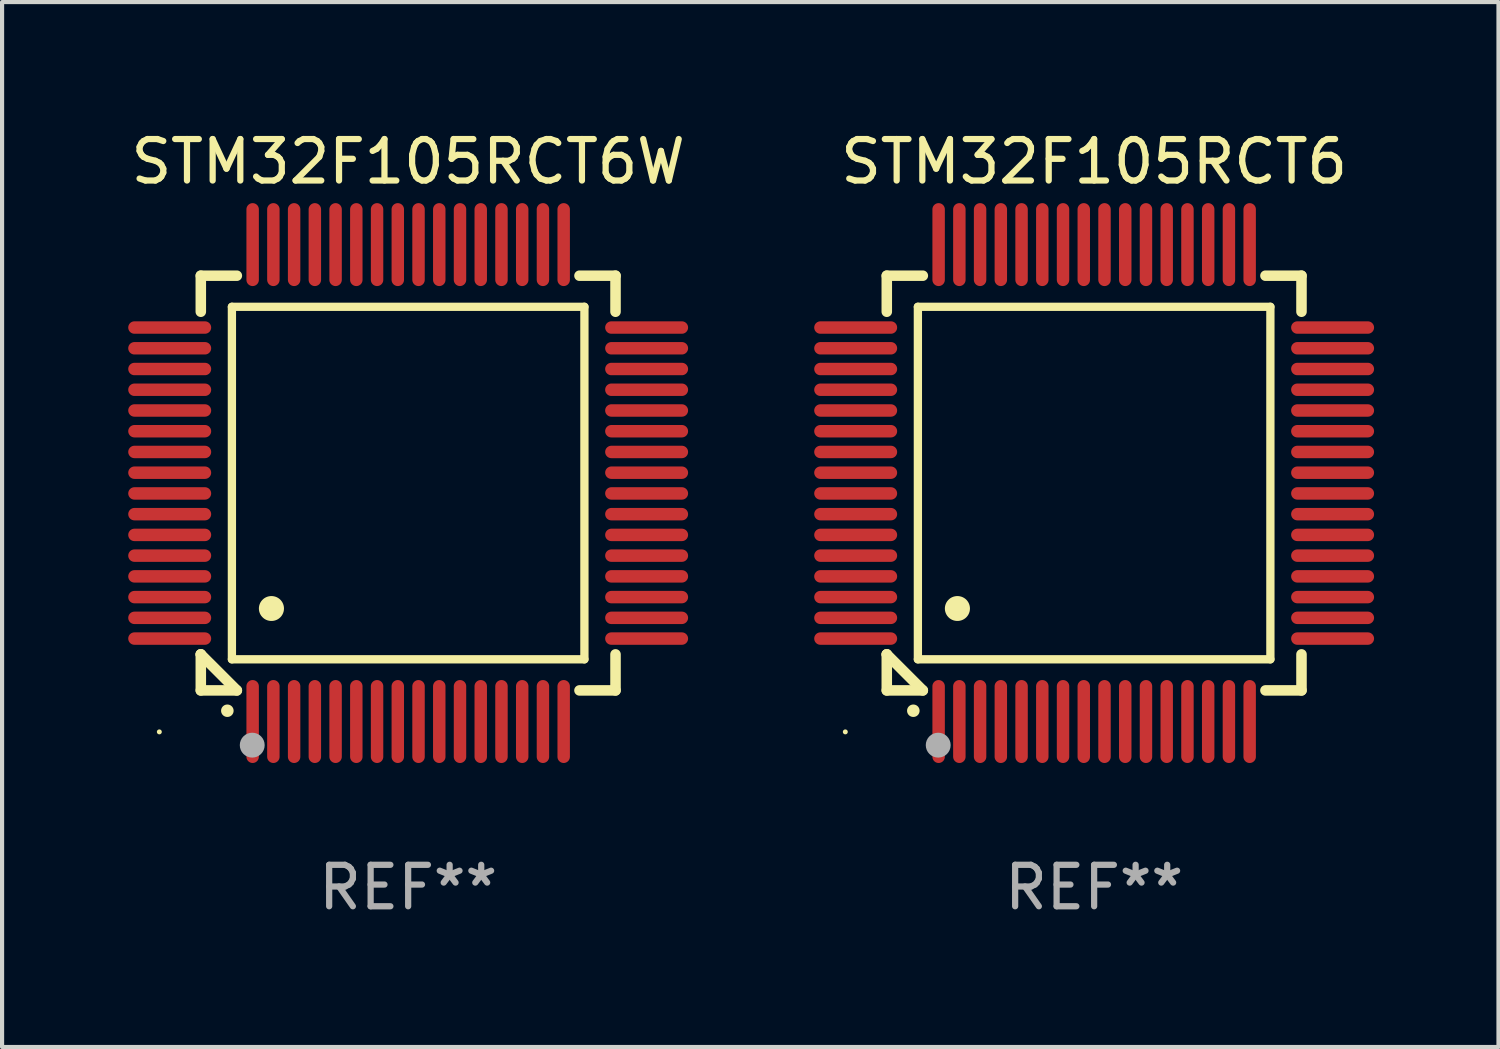
<source format=kicad_pcb>
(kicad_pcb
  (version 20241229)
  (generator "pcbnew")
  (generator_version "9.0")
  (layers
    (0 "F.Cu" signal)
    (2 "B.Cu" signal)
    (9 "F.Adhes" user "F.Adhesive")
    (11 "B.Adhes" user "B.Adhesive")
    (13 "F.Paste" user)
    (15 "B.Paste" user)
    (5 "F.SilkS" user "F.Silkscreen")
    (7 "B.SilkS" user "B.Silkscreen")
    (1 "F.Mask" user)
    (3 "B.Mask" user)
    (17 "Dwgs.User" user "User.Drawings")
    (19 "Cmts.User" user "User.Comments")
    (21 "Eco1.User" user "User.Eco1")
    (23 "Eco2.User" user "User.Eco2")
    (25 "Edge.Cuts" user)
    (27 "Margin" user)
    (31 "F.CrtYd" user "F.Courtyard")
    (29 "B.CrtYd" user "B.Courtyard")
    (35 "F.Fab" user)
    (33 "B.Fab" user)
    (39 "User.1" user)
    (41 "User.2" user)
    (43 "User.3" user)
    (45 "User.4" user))
  (footprint "STM32F105RCT6W"
    (layer "F.Cu")
    (at 6.792 8.598)
    (property "Reference" "STM32F105RCT6W" (at 0 -7.75 0) (layer "F.SilkS") (effects (font (size 1 1) (thickness 0.15))))
    (attr through_hole)
    (fp_line (start -5 -5) (end -4.131 -5) (stroke (width 0.254) (type solid)) (layer "F.SilkS"))
    (fp_line (start -5 -4.131) (end -5 -5) (stroke (width 0.254) (type solid)) (layer "F.SilkS"))
    (fp_line (start -5 4.131) (end -5 4.131) (stroke (width 0.254) (type solid)) (layer "F.SilkS"))
    (fp_line (start -5 5) (end -5 4.131) (stroke (width 0.254) (type solid)) (layer "F.SilkS"))
    (fp_line (start -5 4.131) (end -4.131 5) (stroke (width 0.254) (type solid)) (layer "F.SilkS"))
    (fp_line (start -4.25 -4.25) (end -4.25 4.25) (stroke (width 0.2) (type solid)) (layer "F.SilkS"))
    (fp_line (start -4.25 4.25) (end 4.25 4.25) (stroke (width 0.2) (type solid)) (layer "F.SilkS"))
    (fp_line (start -4.131 5) (end -5 5) (stroke (width 0.254) (type solid)) (layer "F.SilkS"))
    (fp_line (start 4.25 -4.25) (end -4.25 -4.25) (stroke (width 0.2) (type solid)) (layer "F.SilkS"))
    (fp_line (start 4.25 4.25) (end 4.25 -4.25) (stroke (width 0.2) (type solid)) (layer "F.SilkS"))
    (fp_line (start 5 -5) (end 4.131 -5) (stroke (width 0.254) (type solid)) (layer "F.SilkS"))
    (fp_line (start 5 -5) (end 5 -4.131) (stroke (width 0.254) (type solid)) (layer "F.SilkS"))
    (fp_line (start 5 4.131) (end 5 5) (stroke (width 0.254) (type solid)) (layer "F.SilkS"))
    (fp_line (start 5 5) (end 4.131 5) (stroke (width 0.254) (type solid)) (layer "F.SilkS"))
    (fp_arc (start -4.361265 5.489992) (mid -4.359995 5.489987) (end -4.358725 5.489992) (stroke (width 0.3) (type solid)) (layer "F.SilkS"))
    (fp_arc (start -3.299467 3.025146) (mid -3.296927 3.025135) (end -3.294387 3.025146) (stroke (width 0.6) (type solid)) (layer "F.SilkS"))
    (fp_circle (center -6 6) (end -5.97 6) (stroke (width 0.06) (type solid)) (fill no) (layer "F.SilkS"))
    (fp_circle (center -3.76 6.32) (end -3.61 6.32) (stroke (width 0.3) (type solid)) (fill no) (layer "F.Fab"))
    (fp_text user "REF**" (at 0 9.75 0) (layer "F.Fab") (effects (font (size 1 1) (thickness 0.15))))
    (pad "1" smd oval (at -3.75 5.75) (size 0.3 2) (layers "F.Cu" "F.Mask" "F.Paste"))
    (pad "2" smd oval (at -3.25 5.75) (size 0.3 2) (layers "F.Cu" "F.Mask" "F.Paste"))
    (pad "3" smd oval (at -2.75 5.75) (size 0.3 2) (layers "F.Cu" "F.Mask" "F.Paste"))
    (pad "4" smd oval (at -2.25 5.75) (size 0.3 2) (layers "F.Cu" "F.Mask" "F.Paste"))
    (pad "5" smd oval (at -1.75 5.75) (size 0.3 2) (layers "F.Cu" "F.Mask" "F.Paste"))
    (pad "6" smd oval (at -1.25 5.75) (size 0.3 2) (layers "F.Cu" "F.Mask" "F.Paste"))
    (pad "7" smd oval (at -0.75 5.75) (size 0.3 2) (layers "F.Cu" "F.Mask" "F.Paste"))
    (pad "8" smd oval (at -0.25 5.75) (size 0.3 2) (layers "F.Cu" "F.Mask" "F.Paste"))
    (pad "9" smd oval (at 0.25 5.75) (size 0.3 2) (layers "F.Cu" "F.Mask" "F.Paste"))
    (pad "10" smd oval (at 0.75 5.75) (size 0.3 2) (layers "F.Cu" "F.Mask" "F.Paste"))
    (pad "11" smd oval (at 1.25 5.75) (size 0.3 2) (layers "F.Cu" "F.Mask" "F.Paste"))
    (pad "12" smd oval (at 1.75 5.75) (size 0.3 2) (layers "F.Cu" "F.Mask" "F.Paste"))
    (pad "13" smd oval (at 2.25 5.75) (size 0.3 2) (layers "F.Cu" "F.Mask" "F.Paste"))
    (pad "14" smd oval (at 2.75 5.75) (size 0.3 2) (layers "F.Cu" "F.Mask" "F.Paste"))
    (pad "15" smd oval (at 3.25 5.75) (size 0.3 2) (layers "F.Cu" "F.Mask" "F.Paste"))
    (pad "16" smd oval (at 3.75 5.75) (size 0.3 2) (layers "F.Cu" "F.Mask" "F.Paste"))
    (pad "17" smd oval (at 5.75 3.75) (size 2 0.3) (layers "F.Cu" "F.Mask" "F.Paste"))
    (pad "18" smd oval (at 5.75 3.25) (size 2 0.3) (layers "F.Cu" "F.Mask" "F.Paste"))
    (pad "19" smd oval (at 5.75 2.75) (size 2 0.3) (layers "F.Cu" "F.Mask" "F.Paste"))
    (pad "20" smd oval (at 5.75 2.25) (size 2 0.3) (layers "F.Cu" "F.Mask" "F.Paste"))
    (pad "21" smd oval (at 5.75 1.75) (size 2 0.3) (layers "F.Cu" "F.Mask" "F.Paste"))
    (pad "22" smd oval (at 5.75 1.25) (size 2 0.3) (layers "F.Cu" "F.Mask" "F.Paste"))
    (pad "23" smd oval (at 5.75 0.75) (size 2 0.3) (layers "F.Cu" "F.Mask" "F.Paste"))
    (pad "24" smd oval (at 5.75 0.25) (size 2 0.3) (layers "F.Cu" "F.Mask" "F.Paste"))
    (pad "25" smd oval (at 5.75 -0.25) (size 2 0.3) (layers "F.Cu" "F.Mask" "F.Paste"))
    (pad "26" smd oval (at 5.75 -0.75) (size 2 0.3) (layers "F.Cu" "F.Mask" "F.Paste"))
    (pad "27" smd oval (at 5.75 -1.25) (size 2 0.3) (layers "F.Cu" "F.Mask" "F.Paste"))
    (pad "28" smd oval (at 5.75 -1.75) (size 2 0.3) (layers "F.Cu" "F.Mask" "F.Paste"))
    (pad "29" smd oval (at 5.75 -2.25) (size 2 0.3) (layers "F.Cu" "F.Mask" "F.Paste"))
    (pad "30" smd oval (at 5.75 -2.75) (size 2 0.3) (layers "F.Cu" "F.Mask" "F.Paste"))
    (pad "31" smd oval (at 5.75 -3.25) (size 2 0.3) (layers "F.Cu" "F.Mask" "F.Paste"))
    (pad "32" smd oval (at 5.75 -3.75) (size 2 0.3) (layers "F.Cu" "F.Mask" "F.Paste"))
    (pad "33" smd oval (at 3.75 -5.75) (size 0.3 2) (layers "F.Cu" "F.Mask" "F.Paste"))
    (pad "34" smd oval (at 3.25 -5.75) (size 0.3 2) (layers "F.Cu" "F.Mask" "F.Paste"))
    (pad "35" smd oval (at 2.75 -5.75) (size 0.3 2) (layers "F.Cu" "F.Mask" "F.Paste"))
    (pad "36" smd oval (at 2.25 -5.75) (size 0.3 2) (layers "F.Cu" "F.Mask" "F.Paste"))
    (pad "37" smd oval (at 1.75 -5.75) (size 0.3 2) (layers "F.Cu" "F.Mask" "F.Paste"))
    (pad "38" smd oval (at 1.25 -5.75) (size 0.3 2) (layers "F.Cu" "F.Mask" "F.Paste"))
    (pad "39" smd oval (at 0.75 -5.75) (size 0.3 2) (layers "F.Cu" "F.Mask" "F.Paste"))
    (pad "40" smd oval (at 0.25 -5.75) (size 0.3 2) (layers "F.Cu" "F.Mask" "F.Paste"))
    (pad "41" smd oval (at -0.25 -5.75) (size 0.3 2) (layers "F.Cu" "F.Mask" "F.Paste"))
    (pad "42" smd oval (at -0.75 -5.75) (size 0.3 2) (layers "F.Cu" "F.Mask" "F.Paste"))
    (pad "43" smd oval (at -1.25 -5.75) (size 0.3 2) (layers "F.Cu" "F.Mask" "F.Paste"))
    (pad "44" smd oval (at -1.75 -5.75) (size 0.3 2) (layers "F.Cu" "F.Mask" "F.Paste"))
    (pad "45" smd oval (at -2.25 -5.75) (size 0.3 2) (layers "F.Cu" "F.Mask" "F.Paste"))
    (pad "46" smd oval (at -2.75 -5.75) (size 0.3 2) (layers "F.Cu" "F.Mask" "F.Paste"))
    (pad "47" smd oval (at -3.25 -5.75) (size 0.3 2) (layers "F.Cu" "F.Mask" "F.Paste"))
    (pad "48" smd oval (at -3.75 -5.75) (size 0.3 2) (layers "F.Cu" "F.Mask" "F.Paste"))
    (pad "49" smd oval (at -5.75 -3.75) (size 2 0.3) (layers "F.Cu" "F.Mask" "F.Paste"))
    (pad "50" smd oval (at -5.75 -3.25) (size 2 0.3) (layers "F.Cu" "F.Mask" "F.Paste"))
    (pad "51" smd oval (at -5.75 -2.75) (size 2 0.3) (layers "F.Cu" "F.Mask" "F.Paste"))
    (pad "52" smd oval (at -5.75 -2.25) (size 2 0.3) (layers "F.Cu" "F.Mask" "F.Paste"))
    (pad "53" smd oval (at -5.75 -1.75) (size 2 0.3) (layers "F.Cu" "F.Mask" "F.Paste"))
    (pad "54" smd oval (at -5.75 -1.25) (size 2 0.3) (layers "F.Cu" "F.Mask" "F.Paste"))
    (pad "55" smd oval (at -5.75 -0.75) (size 2 0.3) (layers "F.Cu" "F.Mask" "F.Paste"))
    (pad "56" smd oval (at -5.75 -0.25) (size 2 0.3) (layers "F.Cu" "F.Mask" "F.Paste"))
    (pad "57" smd oval (at -5.75 0.25) (size 2 0.3) (layers "F.Cu" "F.Mask" "F.Paste"))
    (pad "58" smd oval (at -5.75 0.75) (size 2 0.3) (layers "F.Cu" "F.Mask" "F.Paste"))
    (pad "59" smd oval (at -5.75 1.25) (size 2 0.3) (layers "F.Cu" "F.Mask" "F.Paste"))
    (pad "60" smd oval (at -5.75 1.75) (size 2 0.3) (layers "F.Cu" "F.Mask" "F.Paste"))
    (pad "61" smd oval (at -5.75 2.25) (size 2 0.3) (layers "F.Cu" "F.Mask" "F.Paste"))
    (pad "62" smd oval (at -5.75 2.75) (size 2 0.3) (layers "F.Cu" "F.Mask" "F.Paste"))
    (pad "63" smd oval (at -5.75 3.25) (size 2 0.3) (layers "F.Cu" "F.Mask" "F.Paste"))
    (pad "64" smd oval (at -5.75 3.75) (size 2 0.3) (layers "F.Cu" "F.Mask" "F.Paste")))
  (footprint "STM32F105RCT6"
    (layer "F.Cu")
    (at 23.333 8.598)
    (property "Reference" "STM32F105RCT6" (at 0 -7.75 0) (layer "F.SilkS") (effects (font (size 1 1) (thickness 0.15))))
    (attr through_hole)
    (fp_line (start -5 -5) (end -4.131 -5) (stroke (width 0.254) (type solid)) (layer "F.SilkS"))
    (fp_line (start -5 -4.131) (end -5 -5) (stroke (width 0.254) (type solid)) (layer "F.SilkS"))
    (fp_line (start -5 4.131) (end -5 4.131) (stroke (width 0.254) (type solid)) (layer "F.SilkS"))
    (fp_line (start -5 5) (end -5 4.131) (stroke (width 0.254) (type solid)) (layer "F.SilkS"))
    (fp_line (start -5 4.131) (end -4.131 5) (stroke (width 0.254) (type solid)) (layer "F.SilkS"))
    (fp_line (start -4.25 -4.25) (end -4.25 4.25) (stroke (width 0.2) (type solid)) (layer "F.SilkS"))
    (fp_line (start -4.25 4.25) (end 4.25 4.25) (stroke (width 0.2) (type solid)) (layer "F.SilkS"))
    (fp_line (start -4.131 5) (end -5 5) (stroke (width 0.254) (type solid)) (layer "F.SilkS"))
    (fp_line (start 4.25 -4.25) (end -4.25 -4.25) (stroke (width 0.2) (type solid)) (layer "F.SilkS"))
    (fp_line (start 4.25 4.25) (end 4.25 -4.25) (stroke (width 0.2) (type solid)) (layer "F.SilkS"))
    (fp_line (start 5 -5) (end 4.131 -5) (stroke (width 0.254) (type solid)) (layer "F.SilkS"))
    (fp_line (start 5 -5) (end 5 -4.131) (stroke (width 0.254) (type solid)) (layer "F.SilkS"))
    (fp_line (start 5 4.131) (end 5 5) (stroke (width 0.254) (type solid)) (layer "F.SilkS"))
    (fp_line (start 5 5) (end 4.131 5) (stroke (width 0.254) (type solid)) (layer "F.SilkS"))
    (fp_arc (start -4.361265 5.489992) (mid -4.359995 5.489987) (end -4.358725 5.489992) (stroke (width 0.3) (type solid)) (layer "F.SilkS"))
    (fp_arc (start -3.299467 3.025146) (mid -3.296927 3.025135) (end -3.294387 3.025146) (stroke (width 0.6) (type solid)) (layer "F.SilkS"))
    (fp_circle (center -6 6) (end -5.97 6) (stroke (width 0.06) (type solid)) (fill no) (layer "F.SilkS"))
    (fp_circle (center -3.76 6.32) (end -3.61 6.32) (stroke (width 0.3) (type solid)) (fill no) (layer "F.Fab"))
    (fp_text user "REF**" (at 0 9.75 0) (layer "F.Fab") (effects (font (size 1 1) (thickness 0.15))))
    (pad "1" smd oval (at -3.75 5.75) (size 0.3 2) (layers "F.Cu" "F.Mask" "F.Paste"))
    (pad "2" smd oval (at -3.25 5.75) (size 0.3 2) (layers "F.Cu" "F.Mask" "F.Paste"))
    (pad "3" smd oval (at -2.75 5.75) (size 0.3 2) (layers "F.Cu" "F.Mask" "F.Paste"))
    (pad "4" smd oval (at -2.25 5.75) (size 0.3 2) (layers "F.Cu" "F.Mask" "F.Paste"))
    (pad "5" smd oval (at -1.75 5.75) (size 0.3 2) (layers "F.Cu" "F.Mask" "F.Paste"))
    (pad "6" smd oval (at -1.25 5.75) (size 0.3 2) (layers "F.Cu" "F.Mask" "F.Paste"))
    (pad "7" smd oval (at -0.75 5.75) (size 0.3 2) (layers "F.Cu" "F.Mask" "F.Paste"))
    (pad "8" smd oval (at -0.25 5.75) (size 0.3 2) (layers "F.Cu" "F.Mask" "F.Paste"))
    (pad "9" smd oval (at 0.25 5.75) (size 0.3 2) (layers "F.Cu" "F.Mask" "F.Paste"))
    (pad "10" smd oval (at 0.75 5.75) (size 0.3 2) (layers "F.Cu" "F.Mask" "F.Paste"))
    (pad "11" smd oval (at 1.25 5.75) (size 0.3 2) (layers "F.Cu" "F.Mask" "F.Paste"))
    (pad "12" smd oval (at 1.75 5.75) (size 0.3 2) (layers "F.Cu" "F.Mask" "F.Paste"))
    (pad "13" smd oval (at 2.25 5.75) (size 0.3 2) (layers "F.Cu" "F.Mask" "F.Paste"))
    (pad "14" smd oval (at 2.75 5.75) (size 0.3 2) (layers "F.Cu" "F.Mask" "F.Paste"))
    (pad "15" smd oval (at 3.25 5.75) (size 0.3 2) (layers "F.Cu" "F.Mask" "F.Paste"))
    (pad "16" smd oval (at 3.75 5.75) (size 0.3 2) (layers "F.Cu" "F.Mask" "F.Paste"))
    (pad "17" smd oval (at 5.75 3.75) (size 2 0.3) (layers "F.Cu" "F.Mask" "F.Paste"))
    (pad "18" smd oval (at 5.75 3.25) (size 2 0.3) (layers "F.Cu" "F.Mask" "F.Paste"))
    (pad "19" smd oval (at 5.75 2.75) (size 2 0.3) (layers "F.Cu" "F.Mask" "F.Paste"))
    (pad "20" smd oval (at 5.75 2.25) (size 2 0.3) (layers "F.Cu" "F.Mask" "F.Paste"))
    (pad "21" smd oval (at 5.75 1.75) (size 2 0.3) (layers "F.Cu" "F.Mask" "F.Paste"))
    (pad "22" smd oval (at 5.75 1.25) (size 2 0.3) (layers "F.Cu" "F.Mask" "F.Paste"))
    (pad "23" smd oval (at 5.75 0.75) (size 2 0.3) (layers "F.Cu" "F.Mask" "F.Paste"))
    (pad "24" smd oval (at 5.75 0.25) (size 2 0.3) (layers "F.Cu" "F.Mask" "F.Paste"))
    (pad "25" smd oval (at 5.75 -0.25) (size 2 0.3) (layers "F.Cu" "F.Mask" "F.Paste"))
    (pad "26" smd oval (at 5.75 -0.75) (size 2 0.3) (layers "F.Cu" "F.Mask" "F.Paste"))
    (pad "27" smd oval (at 5.75 -1.25) (size 2 0.3) (layers "F.Cu" "F.Mask" "F.Paste"))
    (pad "28" smd oval (at 5.75 -1.75) (size 2 0.3) (layers "F.Cu" "F.Mask" "F.Paste"))
    (pad "29" smd oval (at 5.75 -2.25) (size 2 0.3) (layers "F.Cu" "F.Mask" "F.Paste"))
    (pad "30" smd oval (at 5.75 -2.75) (size 2 0.3) (layers "F.Cu" "F.Mask" "F.Paste"))
    (pad "31" smd oval (at 5.75 -3.25) (size 2 0.3) (layers "F.Cu" "F.Mask" "F.Paste"))
    (pad "32" smd oval (at 5.75 -3.75) (size 2 0.3) (layers "F.Cu" "F.Mask" "F.Paste"))
    (pad "33" smd oval (at 3.75 -5.75) (size 0.3 2) (layers "F.Cu" "F.Mask" "F.Paste"))
    (pad "34" smd oval (at 3.25 -5.75) (size 0.3 2) (layers "F.Cu" "F.Mask" "F.Paste"))
    (pad "35" smd oval (at 2.75 -5.75) (size 0.3 2) (layers "F.Cu" "F.Mask" "F.Paste"))
    (pad "36" smd oval (at 2.25 -5.75) (size 0.3 2) (layers "F.Cu" "F.Mask" "F.Paste"))
    (pad "37" smd oval (at 1.75 -5.75) (size 0.3 2) (layers "F.Cu" "F.Mask" "F.Paste"))
    (pad "38" smd oval (at 1.25 -5.75) (size 0.3 2) (layers "F.Cu" "F.Mask" "F.Paste"))
    (pad "39" smd oval (at 0.75 -5.75) (size 0.3 2) (layers "F.Cu" "F.Mask" "F.Paste"))
    (pad "40" smd oval (at 0.25 -5.75) (size 0.3 2) (layers "F.Cu" "F.Mask" "F.Paste"))
    (pad "41" smd oval (at -0.25 -5.75) (size 0.3 2) (layers "F.Cu" "F.Mask" "F.Paste"))
    (pad "42" smd oval (at -0.75 -5.75) (size 0.3 2) (layers "F.Cu" "F.Mask" "F.Paste"))
    (pad "43" smd oval (at -1.25 -5.75) (size 0.3 2) (layers "F.Cu" "F.Mask" "F.Paste"))
    (pad "44" smd oval (at -1.75 -5.75) (size 0.3 2) (layers "F.Cu" "F.Mask" "F.Paste"))
    (pad "45" smd oval (at -2.25 -5.75) (size 0.3 2) (layers "F.Cu" "F.Mask" "F.Paste"))
    (pad "46" smd oval (at -2.75 -5.75) (size 0.3 2) (layers "F.Cu" "F.Mask" "F.Paste"))
    (pad "47" smd oval (at -3.25 -5.75) (size 0.3 2) (layers "F.Cu" "F.Mask" "F.Paste"))
    (pad "48" smd oval (at -3.75 -5.75) (size 0.3 2) (layers "F.Cu" "F.Mask" "F.Paste"))
    (pad "49" smd oval (at -5.75 -3.75) (size 2 0.3) (layers "F.Cu" "F.Mask" "F.Paste"))
    (pad "50" smd oval (at -5.75 -3.25) (size 2 0.3) (layers "F.Cu" "F.Mask" "F.Paste"))
    (pad "51" smd oval (at -5.75 -2.75) (size 2 0.3) (layers "F.Cu" "F.Mask" "F.Paste"))
    (pad "52" smd oval (at -5.75 -2.25) (size 2 0.3) (layers "F.Cu" "F.Mask" "F.Paste"))
    (pad "53" smd oval (at -5.75 -1.75) (size 2 0.3) (layers "F.Cu" "F.Mask" "F.Paste"))
    (pad "54" smd oval (at -5.75 -1.25) (size 2 0.3) (layers "F.Cu" "F.Mask" "F.Paste"))
    (pad "55" smd oval (at -5.75 -0.75) (size 2 0.3) (layers "F.Cu" "F.Mask" "F.Paste"))
    (pad "56" smd oval (at -5.75 -0.25) (size 2 0.3) (layers "F.Cu" "F.Mask" "F.Paste"))
    (pad "57" smd oval (at -5.75 0.25) (size 2 0.3) (layers "F.Cu" "F.Mask" "F.Paste"))
    (pad "58" smd oval (at -5.75 0.75) (size 2 0.3) (layers "F.Cu" "F.Mask" "F.Paste"))
    (pad "59" smd oval (at -5.75 1.25) (size 2 0.3) (layers "F.Cu" "F.Mask" "F.Paste"))
    (pad "60" smd oval (at -5.75 1.75) (size 2 0.3) (layers "F.Cu" "F.Mask" "F.Paste"))
    (pad "61" smd oval (at -5.75 2.25) (size 2 0.3) (layers "F.Cu" "F.Mask" "F.Paste"))
    (pad "62" smd oval (at -5.75 2.75) (size 2 0.3) (layers "F.Cu" "F.Mask" "F.Paste"))
    (pad "63" smd oval (at -5.75 3.25) (size 2 0.3) (layers "F.Cu" "F.Mask" "F.Paste"))
    (pad "64" smd oval (at -5.75 3.75) (size 2 0.3) (layers "F.Cu" "F.Mask" "F.Paste")))
  (gr_rect
    (start -3 -3)
    (end 33.083 22.196)
    (stroke (width 0.1) (type default))
    (fill no)
    (layer "Edge.Cuts")))
</source>
